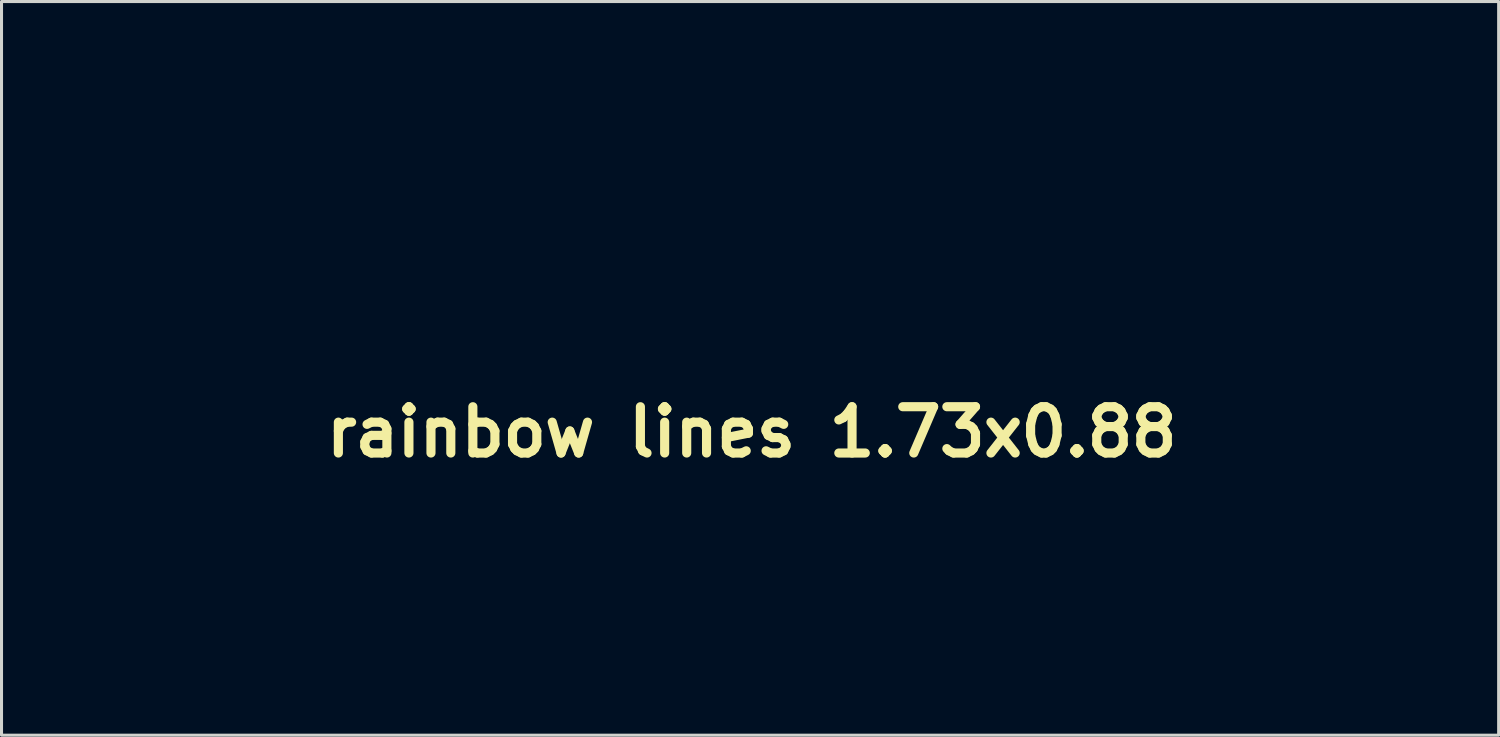
<source format=kicad_pcb>
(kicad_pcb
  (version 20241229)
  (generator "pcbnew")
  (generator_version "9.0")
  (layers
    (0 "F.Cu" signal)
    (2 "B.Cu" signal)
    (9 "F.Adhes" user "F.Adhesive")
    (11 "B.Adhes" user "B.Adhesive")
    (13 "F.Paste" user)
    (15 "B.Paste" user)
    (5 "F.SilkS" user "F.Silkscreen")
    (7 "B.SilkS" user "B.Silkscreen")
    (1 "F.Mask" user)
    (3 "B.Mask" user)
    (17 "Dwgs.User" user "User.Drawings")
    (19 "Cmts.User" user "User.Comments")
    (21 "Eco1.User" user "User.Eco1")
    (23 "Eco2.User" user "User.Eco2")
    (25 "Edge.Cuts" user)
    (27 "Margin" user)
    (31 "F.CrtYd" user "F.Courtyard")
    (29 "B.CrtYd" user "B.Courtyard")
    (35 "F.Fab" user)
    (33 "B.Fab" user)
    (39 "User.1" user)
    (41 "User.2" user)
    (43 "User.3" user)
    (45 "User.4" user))
  (footprint "rainbow lines 1.73x0.88"
    (layer "F.Cu")
    (at 21.696 11.173)
    (property "Reference" "rainbow lines 1.73x0.88" (at 0 0 0) (layer "F.SilkS") (effects (font (size 1.524 1.524) (thickness 0.3))))
    (attr board_only exclude_from_pos_files exclude_from_bom)
    (fp_poly (pts (xy 0.24 2.547) (xy 0.731 2.584) (xy 1.223 2.654) (xy 1.714 2.755) (xy 2.205 2.889) (xy 2.695 3.055) (xy 3.185 3.253) (xy 3.673 3.483) (xy 4.159 3.745) (xy 4.332 3.847) (xy 4.45 3.919) (xy 4.585 4.005) (xy 4.731 4.101) (xy 4.885 4.203) (xy 5.041 4.309) (xy 5.195 4.416) (xy 5.344 4.52) (xy 5.482 4.619) (xy 5.605 4.709) (xy 5.709 4.788) (xy 5.789 4.852) (xy 5.841 4.898) (xy 5.846 4.903) (xy 5.89 4.949) (xy 5.838 4.975) (xy 5.795 5.001) (xy 5.736 5.04) (xy 5.692 5.073) (xy 5.624 5.118) (xy 5.549 5.158) (xy 5.506 5.175) (xy 5.444 5.205) (xy 5.357 5.26) (xy 5.247 5.339) (xy 5.172 5.398) (xy 5.032 5.508) (xy 4.92 5.597) (xy 4.833 5.668) (xy 4.766 5.724) (xy 4.718 5.767) (xy 4.685 5.8) (xy 4.665 5.824) (xy 4.653 5.844) (xy 4.651 5.851) (xy 4.624 5.897) (xy 4.584 5.939) (xy 4.552 5.969) (xy 4.502 6.019) (xy 4.443 6.081) (xy 4.393 6.136) (xy 4.314 6.229) (xy 4.261 6.305) (xy 4.229 6.372) (xy 4.224 6.388) (xy 4.201 6.447) (xy 4.173 6.499) (xy 4.154 6.523) (xy 4.124 6.563) (xy 4.112 6.596) (xy 4.106 6.626) (xy 4.091 6.678) (xy 4.07 6.746) (xy 4.05 6.804) (xy 3.99 6.978) (xy 3.795 6.788) (xy 3.602 6.605) (xy 3.391 6.412) (xy 3.172 6.219) (xy 2.956 6.036) (xy 2.794 5.904) (xy 2.456 5.644) (xy 2.128 5.415) (xy 1.808 5.215) (xy 1.495 5.044) (xy 1.187 4.901) (xy 0.883 4.785) (xy 0.58 4.695) (xy 0.277 4.631) (xy 0.208 4.62) (xy 0.094 4.608) (xy -0.049 4.602) (xy -0.207 4.601) (xy -0.368 4.605) (xy -0.515 4.614) (xy -0.637 4.627) (xy -0.642 4.628) (xy -0.951 4.693) (xy -1.267 4.787) (xy -1.587 4.912) (xy -1.907 5.064) (xy -2.224 5.243) (xy -2.33 5.309) (xy -2.526 5.44) (xy -2.738 5.592) (xy -2.962 5.761) (xy -3.189 5.94) (xy -3.413 6.125) (xy -3.626 6.309) (xy -3.823 6.488) (xy -3.993 6.651) (xy -4.049 6.704) (xy -4.086 6.73) (xy -4.106 6.731) (xy -4.113 6.709) (xy -4.113 6.704) (xy -4.121 6.675) (xy -4.141 6.625) (xy -4.171 6.561) (xy -4.191 6.521) (xy -4.228 6.448) (xy -4.261 6.377) (xy -4.285 6.321) (xy -4.291 6.302) (xy -4.324 6.242) (xy -4.367 6.208) (xy -4.402 6.185) (xy -4.409 6.168) (xy -4.414 6.148) (xy -4.432 6.133) (xy -4.46 6.108) (xy -4.497 6.064) (xy -4.532 6.015) (xy -4.583 5.946) (xy -4.643 5.871) (xy -4.681 5.827) (xy -4.74 5.761) (xy -4.804 5.689) (xy -4.841 5.646) (xy -4.916 5.572) (xy -5.016 5.486) (xy -5.132 5.398) (xy -5.221 5.336) (xy -5.276 5.295) (xy -5.332 5.246) (xy -5.343 5.236) (xy -5.404 5.191) (xy -5.486 5.15) (xy -5.512 5.141) (xy -5.573 5.119) (xy -5.613 5.101) (xy -5.623 5.094) (xy -5.639 5.08) (xy -5.682 5.054) (xy -5.743 5.02) (xy -5.745 5.019) (xy -5.807 4.988) (xy -5.857 4.963) (xy -5.893 4.941) (xy -5.913 4.92) (xy -5.916 4.897) (xy -5.899 4.868) (xy -5.861 4.83) (xy -5.8 4.78) (xy -5.714 4.716) (xy -5.602 4.634) (xy -5.469 4.536) (xy -5.097 4.268) (xy -4.74 4.026) (xy -4.392 3.808) (xy -4.05 3.612) (xy -3.709 3.434) (xy -3.363 3.272) (xy -3.008 3.124) (xy -2.691 3.004) (xy -2.206 2.847) (xy -1.72 2.722) (xy -1.231 2.63) (xy -0.742 2.57) (xy -0.252 2.543)) (stroke (width 0) (type solid)) (fill yes) (layer "F.Mask"))
    (fp_poly (pts (xy 0.289 -11.17) (xy 0.828 -11.154) (xy 1.377 -11.126) (xy 1.923 -11.086) (xy 2.458 -11.034) (xy 2.695 -11.007) (xy 3.561 -10.886) (xy 4.417 -10.733) (xy 5.263 -10.55) (xy 6.097 -10.336) (xy 6.919 -10.091) (xy 7.728 -9.817) (xy 8.523 -9.513) (xy 9.304 -9.18) (xy 10.071 -8.818) (xy 10.821 -8.427) (xy 11.555 -8.009) (xy 12.271 -7.563) (xy 12.97 -7.09) (xy 13.65 -6.589) (xy 14.31 -6.063) (xy 14.95 -5.51) (xy 15.569 -4.931) (xy 16.167 -4.327) (xy 16.66 -3.791) (xy 17.246 -3.104) (xy 17.803 -2.392) (xy 18.332 -1.657) (xy 18.832 -0.898) (xy 19.303 -0.117) (xy 19.744 0.685) (xy 20.155 1.51) (xy 20.535 2.354) (xy 20.884 3.219) (xy 21.203 4.103) (xy 21.484 4.985) (xy 21.515 5.091) (xy 21.542 5.185) (xy 21.564 5.264) (xy 21.579 5.322) (xy 21.587 5.356) (xy 21.587 5.363) (xy 21.567 5.356) (xy 21.517 5.329) (xy 21.442 5.282) (xy 21.344 5.22) (xy 21.226 5.142) (xy 21.164 5.101) (xy 21.031 5.017) (xy 20.917 4.959) (xy 20.844 4.932) (xy 20.76 4.902) (xy 20.715 4.873) (xy 20.707 4.859) (xy 20.412 3.974) (xy 20.089 3.109) (xy 19.736 2.267) (xy 19.355 1.446) (xy 18.946 0.647) (xy 18.51 -0.129) (xy 18.045 -0.882) (xy 17.553 -1.612) (xy 17.034 -2.318) (xy 16.488 -2.999) (xy 15.915 -3.657) (xy 15.316 -4.289) (xy 14.69 -4.896) (xy 14.039 -5.478) (xy 13.362 -6.033) (xy 12.92 -6.372) (xy 12.587 -6.617) (xy 12.27 -6.841) (xy 11.963 -7.05) (xy 11.656 -7.25) (xy 11.341 -7.446) (xy 11.009 -7.644) (xy 10.819 -7.754) (xy 10.074 -8.163) (xy 9.316 -8.541) (xy 8.546 -8.888) (xy 7.764 -9.204) (xy 6.97 -9.488) (xy 6.165 -9.742) (xy 5.348 -9.964) (xy 4.521 -10.155) (xy 3.683 -10.315) (xy 2.835 -10.443) (xy 1.977 -10.539) (xy 1.109 -10.604) (xy 0.831 -10.617) (xy 0.367 -10.633) (xy -0.082 -10.639) (xy -0.528 -10.633) (xy -0.984 -10.617) (xy -1.463 -10.589) (xy -1.663 -10.575) (xy -2.509 -10.496) (xy -3.346 -10.385) (xy -4.175 -10.243) (xy -4.994 -10.07) (xy -5.802 -9.867) (xy -6.598 -9.633) (xy -7.383 -9.369) (xy -8.155 -9.076) (xy -8.914 -8.753) (xy -9.658 -8.402) (xy -10.388 -8.022) (xy -11.102 -7.614) (xy -11.799 -7.179) (xy -12.48 -6.716) (xy -13.142 -6.226) (xy -13.787 -5.709) (xy -14.412 -5.166) (xy -15.017 -4.597) (xy -15.601 -4.003) (xy -16.164 -3.383) (xy -16.187 -3.356) (xy -16.758 -2.674) (xy -17.3 -1.969) (xy -17.815 -1.241) (xy -18.303 -0.489) (xy -18.763 0.286) (xy -19.197 1.086) (xy -19.605 1.91) (xy -19.986 2.759) (xy -20.341 3.634) (xy -20.655 4.493) (xy -20.794 4.893) (xy -20.908 4.938) (xy -21.008 4.984) (xy -21.135 5.056) (xy -21.288 5.152) (xy -21.466 5.272) (xy -21.524 5.313) (xy -21.598 5.363) (xy -21.654 5.398) (xy -21.688 5.414) (xy -21.696 5.41) (xy -21.687 5.385) (xy -21.671 5.334) (xy -21.647 5.261) (xy -21.619 5.171) (xy -21.587 5.069) (xy -21.572 5.02) (xy -21.421 4.554) (xy -21.251 4.068) (xy -21.068 3.573) (xy -20.873 3.076) (xy -20.67 2.587) (xy -20.477 2.146) (xy -20.094 1.333) (xy -19.685 0.541) (xy -19.25 -0.229) (xy -18.791 -0.977) (xy -18.307 -1.702) (xy -17.799 -2.404) (xy -17.268 -3.082) (xy -16.714 -3.737) (xy -16.138 -4.368) (xy -15.539 -4.973) (xy -14.919 -5.553) (xy -14.277 -6.108) (xy -13.616 -6.637) (xy -12.934 -7.139) (xy -12.232 -7.614) (xy -11.511 -8.062) (xy -10.772 -8.481) (xy -10.014 -8.873) (xy -9.239 -9.236) (xy -8.446 -9.57) (xy -7.637 -9.874) (xy -7.08 -10.063) (xy -6.271 -10.309) (xy -5.458 -10.524) (xy -4.639 -10.707) (xy -3.811 -10.86) (xy -2.972 -10.983) (xy -2.119 -11.076) (xy -1.249 -11.139) (xy -0.722 -11.163) (xy -0.231 -11.173)) (stroke (width 0) (type solid)) (fill yes) (layer "F.Mask"))
    (fp_poly (pts (xy 0.174 -5.474) (xy 0.388 -5.473) (xy 0.575 -5.47) (xy 0.741 -5.465) (xy 0.895 -5.458) (xy 1.045 -5.447) (xy 1.199 -5.434) (xy 1.364 -5.417) (xy 1.548 -5.396) (xy 1.717 -5.376) (xy 2.402 -5.276) (xy 3.082 -5.143) (xy 3.756 -4.979) (xy 4.424 -4.784) (xy 5.086 -4.557) (xy 5.74 -4.299) (xy 6.387 -4.011) (xy 7.025 -3.692) (xy 7.654 -3.343) (xy 8.274 -2.965) (xy 8.884 -2.557) (xy 9.484 -2.12) (xy 10.073 -1.654) (xy 10.65 -1.159) (xy 11.215 -0.636) (xy 11.767 -0.085) (xy 11.872 0.024) (xy 12.146 0.319) (xy 12.43 0.637) (xy 12.718 0.974) (xy 13.007 1.321) (xy 13.29 1.674) (xy 13.562 2.025) (xy 13.819 2.369) (xy 14.054 2.698) (xy 14.056 2.701) (xy 14.085 2.742) (xy 13.567 2.747) (xy 13.316 2.75) (xy 13.1 2.756) (xy 12.914 2.765) (xy 12.748 2.777) (xy 12.596 2.795) (xy 12.45 2.818) (xy 12.303 2.847) (xy 12.146 2.883) (xy 12.011 2.918) (xy 11.813 2.972) (xy 11.652 3.022) (xy 11.521 3.07) (xy 11.415 3.117) (xy 11.337 3.161) (xy 11.289 3.188) (xy 11.255 3.204) (xy 11.249 3.206) (xy 11.233 3.192) (xy 11.198 3.155) (xy 11.15 3.099) (xy 11.09 3.029) (xy 11.032 2.957) (xy 10.52 2.34) (xy 10.002 1.752) (xy 9.477 1.194) (xy 8.946 0.666) (xy 8.409 0.168) (xy 7.868 -0.299) (xy 7.321 -0.736) (xy 6.769 -1.142) (xy 6.213 -1.516) (xy 5.653 -1.86) (xy 5.09 -2.171) (xy 4.522 -2.451) (xy 3.952 -2.699) (xy 3.617 -2.829) (xy 3.114 -3.004) (xy 2.621 -3.151) (xy 2.13 -3.273) (xy 1.632 -3.371) (xy 1.12 -3.447) (xy 0.795 -3.484) (xy 0.591 -3.5) (xy 0.356 -3.512) (xy 0.099 -3.519) (xy -0.167 -3.522) (xy -0.43 -3.519) (xy -0.68 -3.512) (xy -0.905 -3.5) (xy -1.006 -3.493) (xy -1.58 -3.427) (xy -2.148 -3.332) (xy -2.712 -3.207) (xy -3.272 -3.052) (xy -3.828 -2.867) (xy -4.383 -2.651) (xy -4.938 -2.404) (xy -5.492 -2.125) (xy -6.047 -1.815) (xy -6.604 -1.473) (xy -6.651 -1.442) (xy -6.847 -1.311) (xy -7.064 -1.159) (xy -7.298 -0.989) (xy -7.542 -0.805) (xy -7.79 -0.613) (xy -8.039 -0.416) (xy -8.282 -0.219) (xy -8.514 -0.024) (xy -8.729 0.162) (xy -8.83 0.252) (xy -9.174 0.571) (xy -9.528 0.915) (xy -9.885 1.278) (xy -10.24 1.654) (xy -10.588 2.037) (xy -10.923 2.421) (xy -11.24 2.802) (xy -11.343 2.929) (xy -11.399 2.998) (xy -11.446 3.057) (xy -11.481 3.1) (xy -11.499 3.121) (xy -11.5 3.123) (xy -11.52 3.118) (xy -11.564 3.1) (xy -11.589 3.087) (xy -11.664 3.054) (xy -11.749 3.023) (xy -11.77 3.017) (xy -11.847 2.99) (xy -11.92 2.959) (xy -11.938 2.949) (xy -12.019 2.915) (xy -12.136 2.881) (xy -12.283 2.847) (xy -12.452 2.815) (xy -12.637 2.787) (xy -12.831 2.764) (xy -13.026 2.746) (xy -13.083 2.742) (xy -13.152 2.74) (xy -13.251 2.739) (xy -13.373 2.741) (xy -13.51 2.744) (xy -13.653 2.748) (xy -13.794 2.753) (xy -13.924 2.758) (xy -14.036 2.764) (xy -14.122 2.77) (xy -14.172 2.776) (xy -14.174 2.776) (xy -14.191 2.778) (xy -14.197 2.771) (xy -14.192 2.751) (xy -14.171 2.715) (xy -14.135 2.66) (xy -14.081 2.581) (xy -14.055 2.545) (xy -13.556 1.857) (xy -13.043 1.2) (xy -12.517 0.574) (xy -11.975 -0.023) (xy -11.42 -0.59) (xy -10.849 -1.127) (xy -10.263 -1.636) (xy -9.661 -2.116) (xy -9.043 -2.568) (xy -8.408 -2.991) (xy -8.179 -3.135) (xy -7.557 -3.501) (xy -6.924 -3.837) (xy -6.28 -4.142) (xy -5.628 -4.418) (xy -4.968 -4.662) (xy -4.3 -4.876) (xy -3.625 -5.058) (xy -2.945 -5.209) (xy -2.26 -5.327) (xy -1.838 -5.384) (xy -1.64 -5.407) (xy -1.463 -5.426) (xy -1.3 -5.441) (xy -1.142 -5.453) (xy -0.982 -5.461) (xy -0.812 -5.468) (xy -0.624 -5.471) (xy -0.411 -5.474) (xy -0.164 -5.475) (xy -0.077 -5.475)) (stroke (width 0) (type solid)) (fill yes) (layer "F.Mask")))
  (gr_rect
    (start -3 -3)
    (end 46.283 21.152)
    (stroke (width 0.1) (type default))
    (fill no)
    (layer "Edge.Cuts")))
</source>
